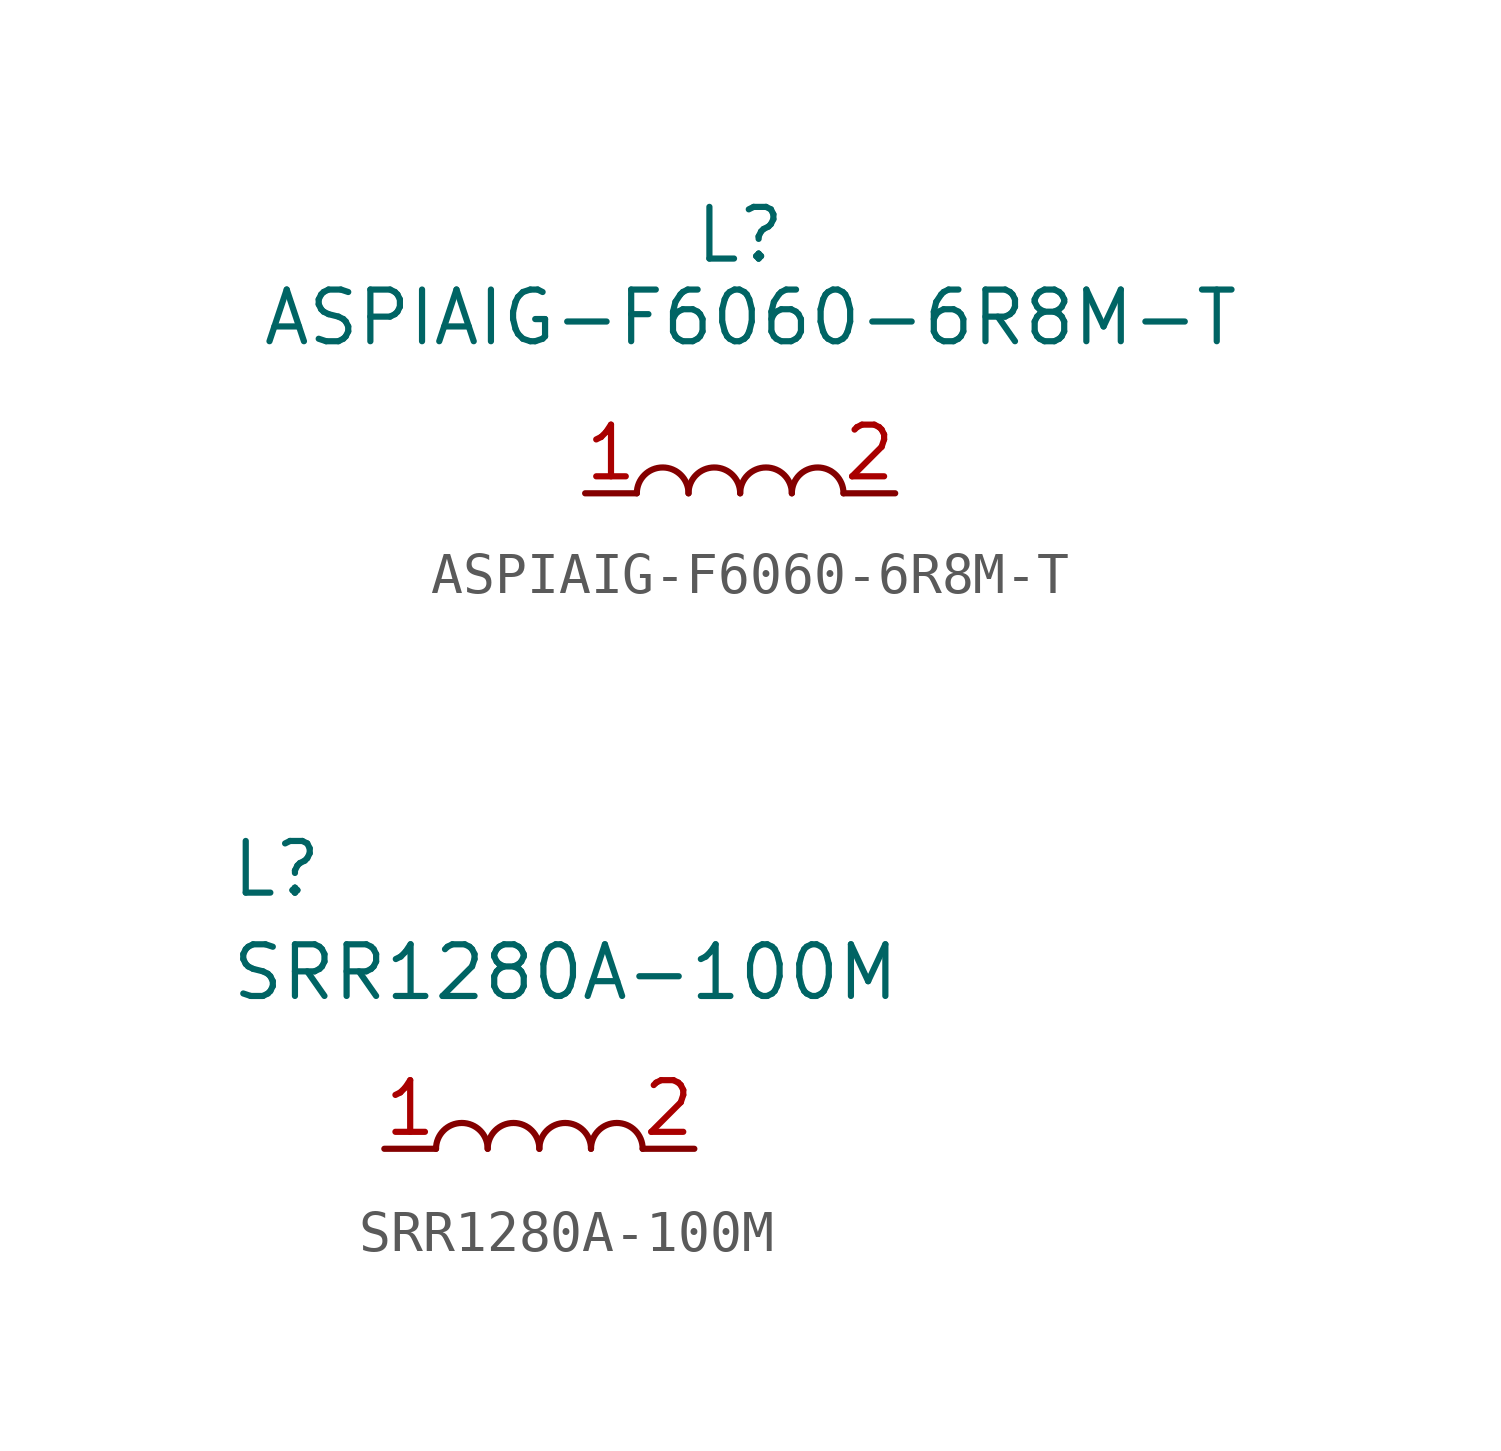
<source format=kicad_sym>
(kicad_symbol_lib
  (version 20231120)
  (generator "kicad_symbol_editor")
  (generator_version "8.0")
  (symbol "ASPIAIG-F6060-6R8M-T"
    (pin_names
      (offset 0.002) hide)
    (property "Reference" "L"
      (at 0 0 0)
      (effects (font (size 1.27 1.27))))
    (property "Value" "ASPIAIG-F6060-6R8M-T"
      (at 0.254 -2.032 0)
      (effects (font (size 1.27 1.27))))
    (symbol "ASPIAIG-F6060-6R8M-T_0_1"
      (arc (start -1.27 -6.35) (mid -1.905 -5.7177) (end -2.54 -6.35) (stroke (width 0) (type default)) (fill (type none)))
      (arc (start 0 -6.35) (mid -0.635 -5.7177) (end -1.27 -6.35) (stroke (width 0) (type default)) (fill (type none)))
      (arc (start 1.27 -6.35) (mid 0.635 -5.7177) (end 0 -6.35) (stroke (width 0) (type default)) (fill (type none)))
      (arc (start 2.54 -6.35) (mid 1.905 -5.7177) (end 1.27 -6.35) (stroke (width 0) (type default)) (fill (type none))))
    (symbol "ASPIAIG-F6060-6R8M-T_1_1"
      (pin passive line (at -3.81 -6.35 0) (length 1.27) (name "1" (effects (font (size 1.27 1.27)))) (number "1" (effects (font (size 1.27 1.27)))))
      (pin passive line (at 3.81 -6.35 180) (length 1.27) (name "2" (effects (font (size 1.27 1.27)))) (number "2" (effects (font (size 1.27 1.27)))))))
  (symbol "SRR1280A-100M"
    (pin_names hide)
    (property "Reference" "L"
      (at 1.27 7.62 0)
      (effects (font (size 1.27 1.27)) (justify left top)))
    (property "Value" "SRR1280A-100M"
      (at 1.27 5.08 0)
      (effects (font (size 1.27 1.27)) (justify left top)))
    (symbol "SRR1280A-100M_0_1"
      (arc (start 7.62 0) (mid 6.985 0.6323) (end 6.35 0) (stroke (width 0) (type default)) (fill (type none)))
      (arc (start 8.89 0) (mid 8.255 0.6323) (end 7.62 0) (stroke (width 0) (type default)) (fill (type none)))
      (arc (start 10.16 0) (mid 9.525 0.6323) (end 8.89 0) (stroke (width 0) (type default)) (fill (type none)))
      (arc (start 11.43 0) (mid 10.795 0.6323) (end 10.16 0) (stroke (width 0) (type default)) (fill (type none))))
    (symbol "SRR1280A-100M_1_1"
      (pin passive line (at 5.08 0 0) (length 1.27) (name "1" (effects (font (size 1.27 1.27)))) (number "1" (effects (font (size 1.27 1.27)))))
      (pin passive line (at 12.7 0 180) (length 1.27) (name "2" (effects (font (size 1.27 1.27)))) (number "2" (effects (font (size 1.27 1.27))))))))
</source>
